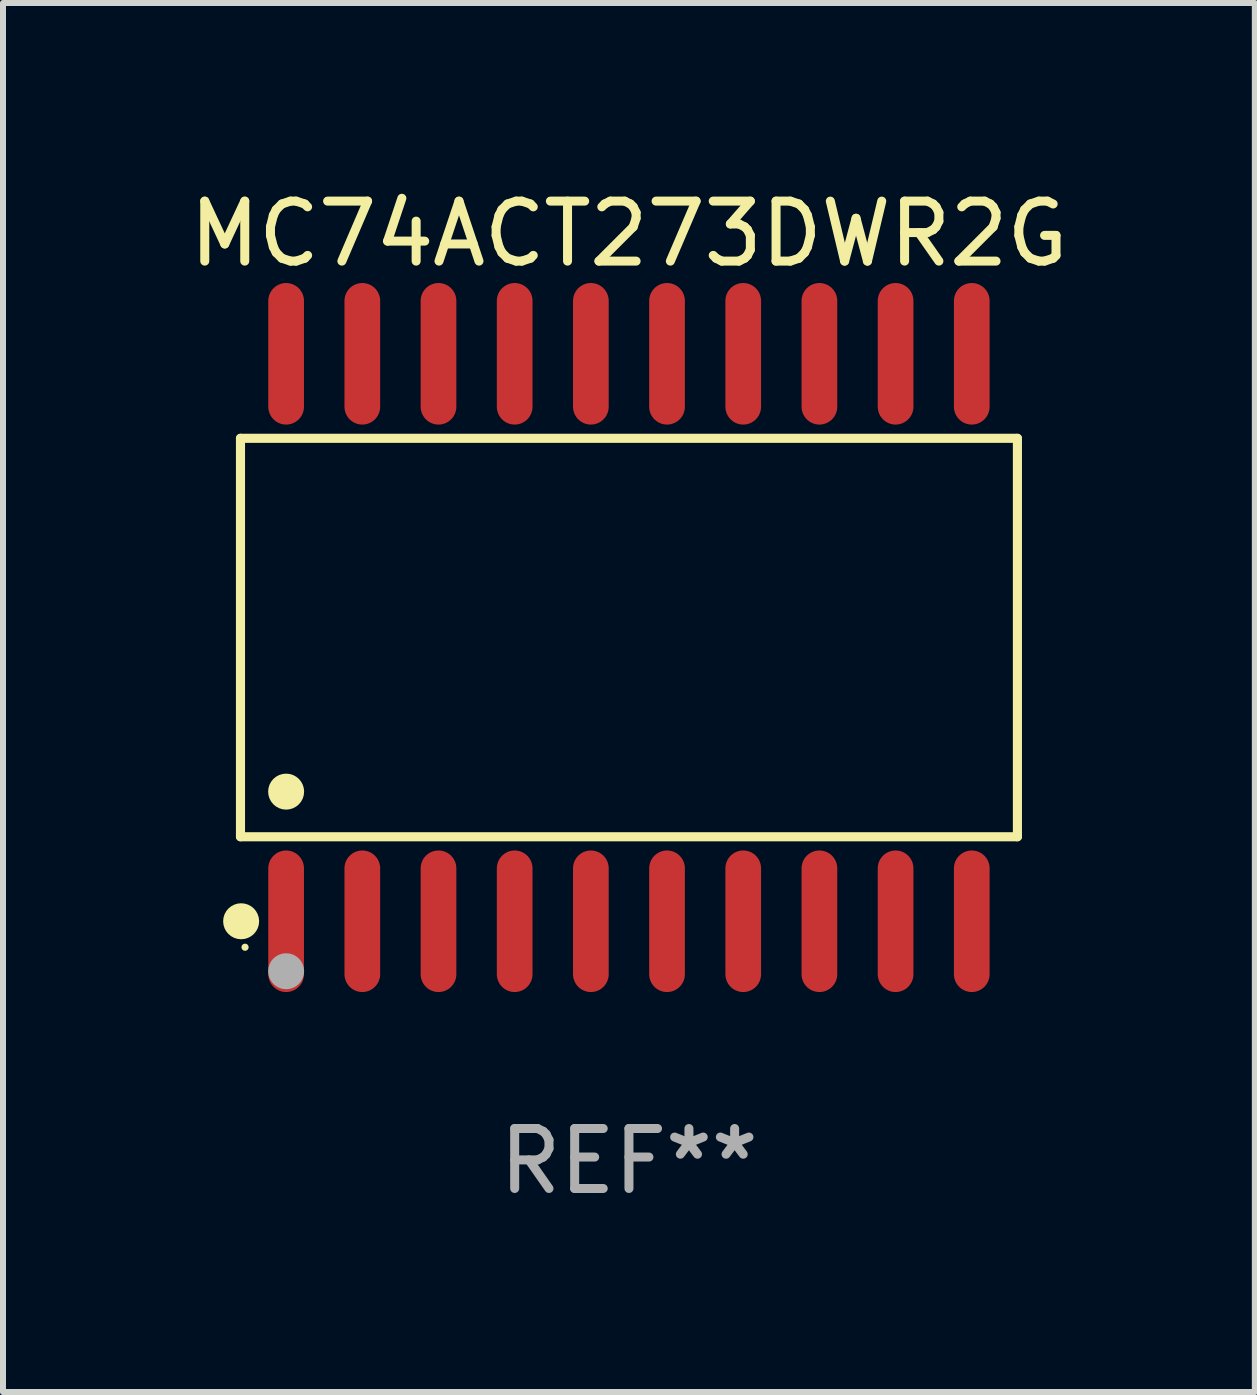
<source format=kicad_pcb>
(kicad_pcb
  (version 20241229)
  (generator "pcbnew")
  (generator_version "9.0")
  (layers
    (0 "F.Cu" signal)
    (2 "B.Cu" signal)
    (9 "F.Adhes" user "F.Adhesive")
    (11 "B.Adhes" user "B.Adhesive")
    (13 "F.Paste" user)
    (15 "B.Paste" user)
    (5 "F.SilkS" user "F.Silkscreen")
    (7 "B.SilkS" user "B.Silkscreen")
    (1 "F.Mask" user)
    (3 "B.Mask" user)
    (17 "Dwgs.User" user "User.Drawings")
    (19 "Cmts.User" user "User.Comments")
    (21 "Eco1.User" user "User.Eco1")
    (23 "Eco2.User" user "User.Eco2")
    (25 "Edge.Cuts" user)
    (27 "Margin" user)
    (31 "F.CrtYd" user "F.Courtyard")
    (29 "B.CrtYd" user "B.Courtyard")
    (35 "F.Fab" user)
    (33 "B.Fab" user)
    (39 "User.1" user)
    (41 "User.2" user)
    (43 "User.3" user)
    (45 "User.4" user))
  (footprint "MC74ACT273DWR2G"
    (layer "F.Cu")
    (at 7.435 7.578)
    (property "Reference" "MC74ACT273DWR2G" (at 0 -6.73 0) (layer "F.SilkS") (effects (font (size 1 1) (thickness 0.15))))
    (attr through_hole)
    (fp_line (start -6.476 -3.321) (end 6.476 -3.321) (stroke (width 0.152) (type solid)) (layer "F.SilkS"))
    (fp_line (start -6.476 3.321) (end -6.476 -3.321) (stroke (width 0.152) (type solid)) (layer "F.SilkS"))
    (fp_line (start 6.476 -3.321) (end 6.476 3.321) (stroke (width 0.152) (type solid)) (layer "F.SilkS"))
    (fp_line (start 6.476 3.321) (end -6.476 3.321) (stroke (width 0.152) (type solid)) (layer "F.SilkS"))
    (fp_circle (center -6.465 4.73) (end -6.315 4.73) (stroke (width 0.3) (type solid)) (fill no) (layer "F.SilkS"))
    (fp_circle (center -6.4 5.163) (end -6.37 5.163) (stroke (width 0.06) (type solid)) (fill no) (layer "F.SilkS"))
    (fp_circle (center -5.715 2.569) (end -5.565 2.569) (stroke (width 0.3) (type solid)) (fill no) (layer "F.SilkS"))
    (fp_circle (center -5.715 5.563) (end -5.565 5.563) (stroke (width 0.3) (type solid)) (fill no) (layer "F.Fab"))
    (fp_text user "REF**" (at 0 8.73 0) (layer "F.Fab") (effects (font (size 1 1) (thickness 0.15))))
    (pad "1" smd oval (at -5.715 4.73) (size 0.595 2.36) (layers "F.Cu" "F.Mask" "F.Paste"))
    (pad "2" smd oval (at -4.445 4.73) (size 0.595 2.36) (layers "F.Cu" "F.Mask" "F.Paste"))
    (pad "3" smd oval (at -3.175 4.73) (size 0.595 2.36) (layers "F.Cu" "F.Mask" "F.Paste"))
    (pad "4" smd oval (at -1.905 4.73) (size 0.595 2.36) (layers "F.Cu" "F.Mask" "F.Paste"))
    (pad "5" smd oval (at -0.635 4.73) (size 0.595 2.36) (layers "F.Cu" "F.Mask" "F.Paste"))
    (pad "6" smd oval (at 0.635 4.73) (size 0.595 2.36) (layers "F.Cu" "F.Mask" "F.Paste"))
    (pad "7" smd oval (at 1.905 4.73) (size 0.595 2.36) (layers "F.Cu" "F.Mask" "F.Paste"))
    (pad "8" smd oval (at 3.175 4.73) (size 0.595 2.36) (layers "F.Cu" "F.Mask" "F.Paste"))
    (pad "9" smd oval (at 4.445 4.73) (size 0.595 2.36) (layers "F.Cu" "F.Mask" "F.Paste"))
    (pad "10" smd oval (at 5.715 4.73) (size 0.595 2.36) (layers "F.Cu" "F.Mask" "F.Paste"))
    (pad "11" smd oval (at 5.715 -4.73) (size 0.595 2.36) (layers "F.Cu" "F.Mask" "F.Paste"))
    (pad "12" smd oval (at 4.445 -4.73) (size 0.595 2.36) (layers "F.Cu" "F.Mask" "F.Paste"))
    (pad "13" smd oval (at 3.175 -4.73) (size 0.595 2.36) (layers "F.Cu" "F.Mask" "F.Paste"))
    (pad "14" smd oval (at 1.905 -4.73) (size 0.595 2.36) (layers "F.Cu" "F.Mask" "F.Paste"))
    (pad "15" smd oval (at 0.635 -4.73) (size 0.595 2.36) (layers "F.Cu" "F.Mask" "F.Paste"))
    (pad "16" smd oval (at -0.635 -4.73) (size 0.595 2.36) (layers "F.Cu" "F.Mask" "F.Paste"))
    (pad "17" smd oval (at -1.905 -4.73) (size 0.595 2.36) (layers "F.Cu" "F.Mask" "F.Paste"))
    (pad "18" smd oval (at -3.175 -4.73) (size 0.595 2.36) (layers "F.Cu" "F.Mask" "F.Paste"))
    (pad "19" smd oval (at -4.445 -4.73) (size 0.595 2.36) (layers "F.Cu" "F.Mask" "F.Paste"))
    (pad "20" smd oval (at -5.715 -4.73) (size 0.595 2.36) (layers "F.Cu" "F.Mask" "F.Paste")))
  (gr_rect
    (start -3 -3)
    (end 17.869 20.156)
    (stroke (width 0.1) (type default))
    (fill no)
    (layer "Edge.Cuts")))
</source>
